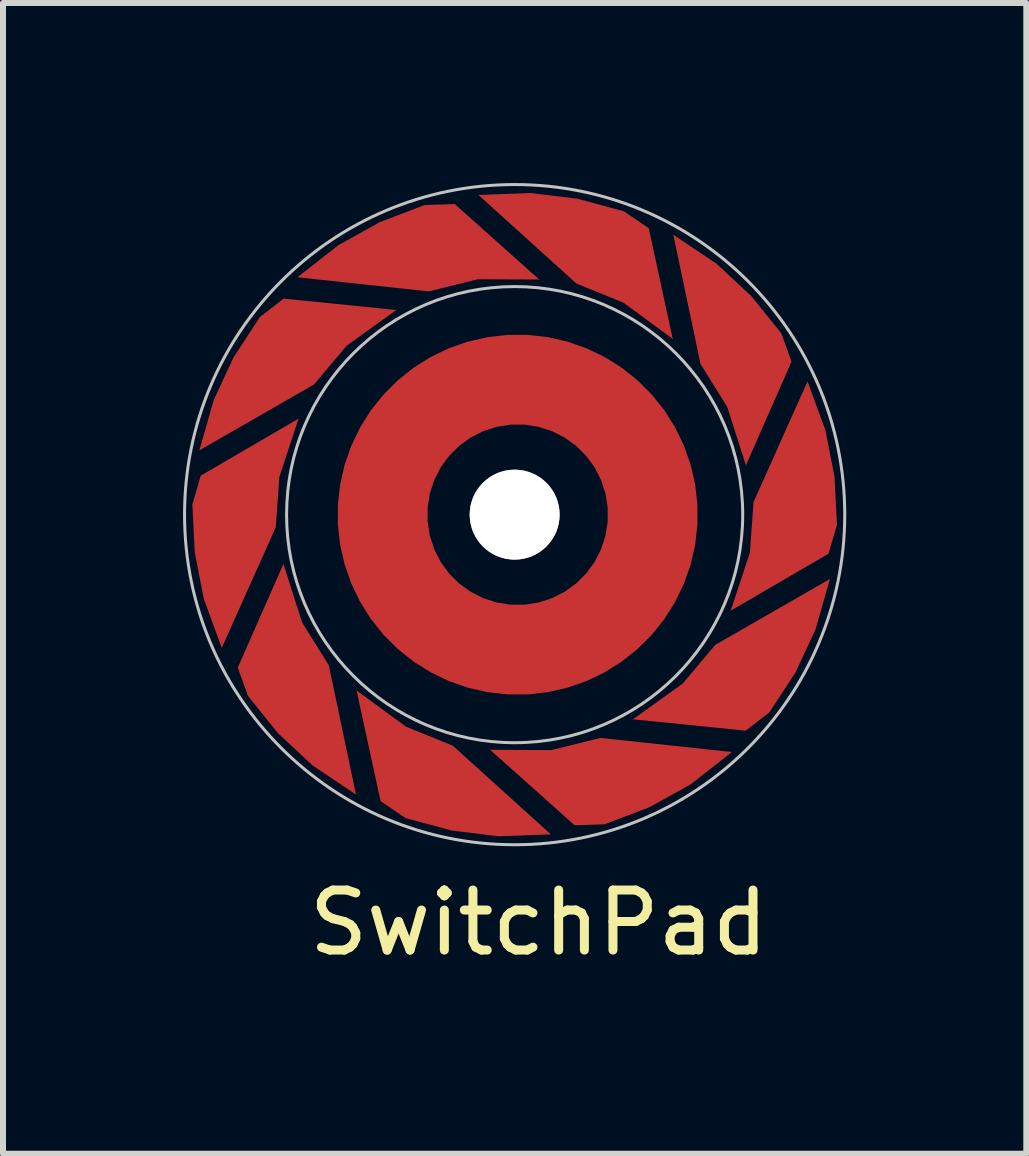
<source format=kicad_pcb>
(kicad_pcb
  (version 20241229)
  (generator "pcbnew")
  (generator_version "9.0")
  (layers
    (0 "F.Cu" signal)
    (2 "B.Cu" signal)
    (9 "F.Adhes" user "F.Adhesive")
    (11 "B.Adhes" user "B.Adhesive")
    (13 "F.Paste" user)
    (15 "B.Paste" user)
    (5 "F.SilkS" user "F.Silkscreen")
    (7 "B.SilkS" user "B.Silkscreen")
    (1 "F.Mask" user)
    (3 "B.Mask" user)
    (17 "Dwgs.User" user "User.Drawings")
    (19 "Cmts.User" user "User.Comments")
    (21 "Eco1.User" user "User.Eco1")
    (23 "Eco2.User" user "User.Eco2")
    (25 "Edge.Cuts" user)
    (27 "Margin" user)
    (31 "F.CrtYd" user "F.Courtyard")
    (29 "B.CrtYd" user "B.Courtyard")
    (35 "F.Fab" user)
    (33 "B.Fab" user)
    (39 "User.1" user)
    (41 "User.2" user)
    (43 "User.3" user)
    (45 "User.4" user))
  (footprint "SwitchPad"
    (layer "F.Cu")
    (at 5.525 5.525)
    (property "Reference" "SwitchPad" (at 0.4 6.8 0) (layer "F.SilkS") (effects (font (size 1 1) (thickness 0.15))))
    (attr through_hole)
    (fp_circle (center 0 0) (end 3.8 0) (stroke (width 0.05) (type solid)) (fill no) (layer "Dwgs.User"))
    (fp_circle (center 0 0) (end 5.5 0) (stroke (width 0.05) (type solid)) (fill no) (layer "Dwgs.User"))
    (pad "" np_thru_hole custom (at 0 0 72) (size 1.5 1.5) (drill 1.5) (layers "*.Cu" "*.Mask") (options (anchor circle)) (primitives))
    (pad "1" smd custom (at -2.2 0) (size 0.01 0.01) (layers "F.Cu" "F.Mask") (options (anchor circle)) (primitives (gr_circle (center 2.25 0) (end 4.5 0) (width 1.5) (fill no))))
    (pad "2" smd custom (at 0.409 -3.918 108) (size 0.01 0.01) (layers "F.Cu" "F.Mask") (options (anchor circle)) (primitives (gr_poly (pts (xy 0 0) (xy 1.63 -0.95) (xy 1.77 -1.43) (xy 1.73 -2.23) (xy 1.58 -3) (xy 1.28 -3.82) (xy 0.38 -1.81) (xy 0.32 -0.97)) (width 0) (fill yes))))
    (pad "3" smd custom (at -1.972 -3.41 144) (size 0.01 0.01) (layers "F.Cu" "F.Mask") (options (anchor circle)) (primitives (gr_poly (pts (xy 0 0) (xy 1.63 -0.95) (xy 1.77 -1.43) (xy 1.73 -2.23) (xy 1.58 -3) (xy 1.28 -3.82) (xy 0.38 -1.81) (xy 0.32 -0.97)) (width 0) (fill yes))))
    (pad "4" smd custom (at -3.6 -1.6 180) (size 0.01 0.01) (layers "F.Cu" "F.Mask") (options (anchor circle)) (primitives (gr_poly (pts (xy 0 0) (xy 1.63 -0.95) (xy 1.77 -1.43) (xy 1.73 -2.23) (xy 1.58 -3) (xy 1.28 -3.82) (xy 0.38 -1.81) (xy 0.32 -0.97)) (width 0) (fill yes))))
    (pad "5" smd custom (at -3.853 0.822 216) (size 0.01 0.01) (layers "F.Cu" "F.Mask") (options (anchor circle)) (primitives (gr_poly (pts (xy 0 0) (xy 1.63 -0.95) (xy 1.77 -1.43) (xy 1.73 -2.23) (xy 1.58 -3) (xy 1.28 -3.82) (xy 0.38 -1.81) (xy 0.32 -0.97)) (width 0) (fill yes))))
    (pad "6" smd custom (at -2.634 2.929 252) (size 0.01 0.01) (layers "F.Cu" "F.Mask") (options (anchor circle)) (primitives (gr_poly (pts (xy 0 0) (xy 1.63 -0.95) (xy 1.77 -1.43) (xy 1.73 -2.23) (xy 1.58 -3) (xy 1.28 -3.82) (xy 0.38 -1.81) (xy 0.32 -0.97)) (width 0) (fill yes))))
    (pad "7" smd custom (at -0.409 3.918 288) (size 0.01 0.01) (layers "F.Cu" "F.Mask") (options (anchor circle)) (primitives (gr_poly (pts (xy 0 0) (xy 1.63 -0.95) (xy 1.77 -1.43) (xy 1.73 -2.23) (xy 1.58 -3) (xy 1.28 -3.82) (xy 0.38 -1.81) (xy 0.32 -0.97)) (width 0) (fill yes))))
    (pad "8" smd custom (at 1.972 3.41 324) (size 0.01 0.01) (layers "F.Cu" "F.Mask") (options (anchor circle)) (primitives (gr_poly (pts (xy 0 0) (xy 1.63 -0.95) (xy 1.77 -1.43) (xy 1.73 -2.23) (xy 1.58 -3) (xy 1.28 -3.82) (xy 0.38 -1.81) (xy 0.32 -0.97)) (width 0) (fill yes))))
    (pad "9" smd custom (at 3.6 1.6) (size 0.01 0.01) (layers "F.Cu" "F.Mask") (options (anchor circle)) (primitives (gr_poly (pts (xy 0 0) (xy 1.63 -0.95) (xy 1.77 -1.43) (xy 1.73 -2.23) (xy 1.58 -3) (xy 1.28 -3.82) (xy 0.38 -1.81) (xy 0.32 -0.97)) (width 0) (fill yes))))
    (pad "10" smd custom (at 3.853 -0.822 36) (size 0.01 0.01) (layers "F.Cu" "F.Mask") (options (anchor circle)) (primitives (gr_poly (pts (xy 0 0) (xy 1.63 -0.95) (xy 1.77 -1.43) (xy 1.73 -2.23) (xy 1.58 -3) (xy 1.28 -3.82) (xy 0.38 -1.81) (xy 0.32 -0.97)) (width 0) (fill yes))))
    (pad "11" smd custom (at 2.634 -2.929 72) (size 0.01 0.01) (layers "F.Cu" "F.Mask") (options (anchor circle)) (primitives (gr_poly (pts (xy 0 0) (xy 1.63 -0.95) (xy 1.77 -1.43) (xy 1.73 -2.23) (xy 1.58 -3) (xy 1.28 -3.82) (xy 0.38 -1.81) (xy 0.32 -0.97)) (width 0) (fill yes)))))
  (gr_rect
    (start -3 -3)
    (end 14.05 16.173)
    (stroke (width 0.1) (type default))
    (fill no)
    (layer "Edge.Cuts")))
</source>
